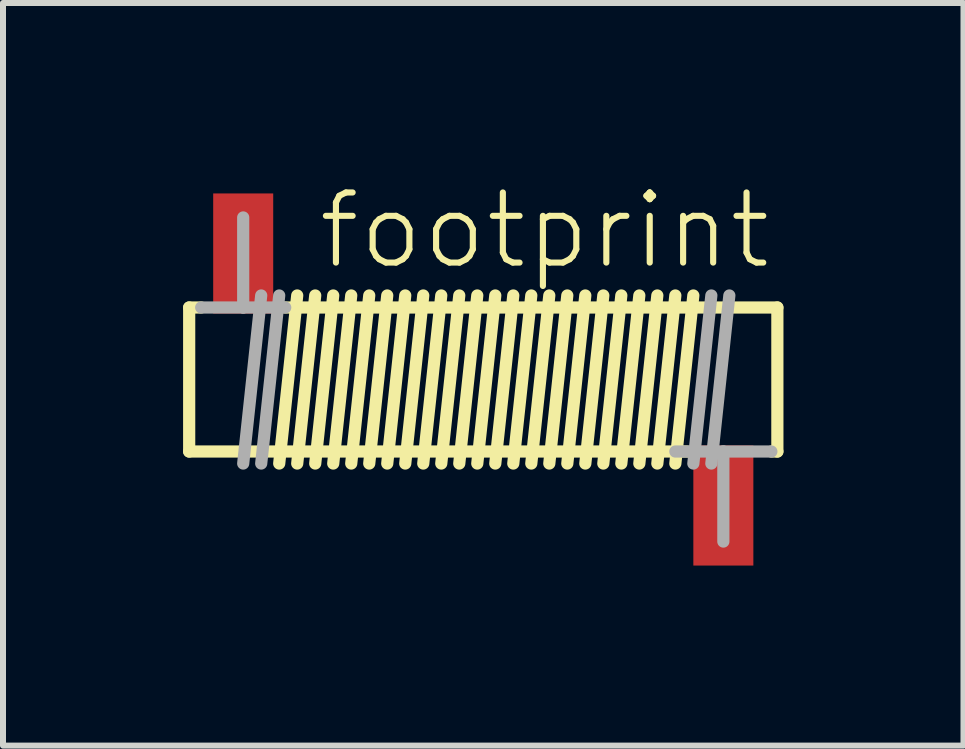
<source format=kicad_pcb>
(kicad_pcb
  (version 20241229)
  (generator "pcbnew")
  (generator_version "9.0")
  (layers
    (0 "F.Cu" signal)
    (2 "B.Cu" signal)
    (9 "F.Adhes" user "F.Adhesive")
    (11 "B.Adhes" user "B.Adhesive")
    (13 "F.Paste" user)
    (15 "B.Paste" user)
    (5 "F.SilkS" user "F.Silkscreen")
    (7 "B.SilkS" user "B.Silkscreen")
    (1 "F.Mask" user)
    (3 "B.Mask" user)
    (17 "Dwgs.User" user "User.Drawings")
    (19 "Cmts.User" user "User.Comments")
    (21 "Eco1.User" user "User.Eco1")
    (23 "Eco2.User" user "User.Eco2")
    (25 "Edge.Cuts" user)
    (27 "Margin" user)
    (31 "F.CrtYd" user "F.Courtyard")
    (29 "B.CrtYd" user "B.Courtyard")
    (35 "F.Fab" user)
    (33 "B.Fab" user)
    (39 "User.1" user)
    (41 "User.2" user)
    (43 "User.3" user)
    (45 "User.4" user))
  (footprint "footprint"
    (layer "F.Cu")
    (at 5.002 3.273)
    (property "Reference" "footprint" (at -2.8 -1.8 0) (layer "F.SilkS") (effects (font (size 1.168 1.168) (thickness 0.102)) (justify left bottom)))
    (fp_line (start -4.9 -1.2) (end -4.9 1.2) (stroke (width 0.203) (type solid)) (layer "F.SilkS"))
    (fp_line (start -4.9 1.2) (end 3.4 1.2) (stroke (width 0.203) (type solid)) (layer "F.SilkS"))
    (fp_line (start -4.7 -1.2) (end -4.9 -1.2) (stroke (width 0.203) (type solid)) (layer "F.SilkS"))
    (fp_line (start -3.1 -1.4) (end -3.4 1.4) (stroke (width 0.203) (type solid)) (layer "F.SilkS"))
    (fp_line (start -2.8 -1.4) (end -3.1 1.4) (stroke (width 0.203) (type solid)) (layer "F.SilkS"))
    (fp_line (start -2.5 -1.4) (end -2.8 1.4) (stroke (width 0.203) (type solid)) (layer "F.SilkS"))
    (fp_line (start -2.2 -1.4) (end -2.5 1.4) (stroke (width 0.203) (type solid)) (layer "F.SilkS"))
    (fp_line (start -1.9 -1.4) (end -2.2 1.4) (stroke (width 0.203) (type solid)) (layer "F.SilkS"))
    (fp_line (start -1.6 -1.4) (end -1.9 1.4) (stroke (width 0.203) (type solid)) (layer "F.SilkS"))
    (fp_line (start -1.3 -1.4) (end -1.6 1.4) (stroke (width 0.203) (type solid)) (layer "F.SilkS"))
    (fp_line (start -1 -1.4) (end -1.3 1.4) (stroke (width 0.203) (type solid)) (layer "F.SilkS"))
    (fp_line (start -0.7 -1.4) (end -1 1.4) (stroke (width 0.203) (type solid)) (layer "F.SilkS"))
    (fp_line (start -0.4 -1.4) (end -0.7 1.4) (stroke (width 0.203) (type solid)) (layer "F.SilkS"))
    (fp_line (start -0.1 -1.4) (end -0.4 1.4) (stroke (width 0.203) (type solid)) (layer "F.SilkS"))
    (fp_line (start 0.2 -1.4) (end -0.1 1.4) (stroke (width 0.203) (type solid)) (layer "F.SilkS"))
    (fp_line (start 0.5 -1.4) (end 0.2 1.4) (stroke (width 0.203) (type solid)) (layer "F.SilkS"))
    (fp_line (start 0.8 -1.4) (end 0.5 1.4) (stroke (width 0.203) (type solid)) (layer "F.SilkS"))
    (fp_line (start 1.1 -1.4) (end 0.8 1.4) (stroke (width 0.203) (type solid)) (layer "F.SilkS"))
    (fp_line (start 1.4 -1.4) (end 1.1 1.4) (stroke (width 0.203) (type solid)) (layer "F.SilkS"))
    (fp_line (start 1.7 -1.4) (end 1.4 1.4) (stroke (width 0.203) (type solid)) (layer "F.SilkS"))
    (fp_line (start 2 -1.4) (end 1.7 1.4) (stroke (width 0.203) (type solid)) (layer "F.SilkS"))
    (fp_line (start 2.3 -1.4) (end 2 1.4) (stroke (width 0.203) (type solid)) (layer "F.SilkS"))
    (fp_line (start 2.6 -1.4) (end 2.3 1.4) (stroke (width 0.203) (type solid)) (layer "F.SilkS"))
    (fp_line (start 2.9 -1.4) (end 2.6 1.4) (stroke (width 0.203) (type solid)) (layer "F.SilkS"))
    (fp_line (start 3.2 -1.4) (end 2.9 1.4) (stroke (width 0.203) (type solid)) (layer "F.SilkS"))
    (fp_line (start 3.5 -1.4) (end 3.2 1.4) (stroke (width 0.203) (type solid)) (layer "F.SilkS"))
    (fp_line (start 4.8 1.2) (end 4.9 1.2) (stroke (width 0.203) (type solid)) (layer "F.SilkS"))
    (fp_line (start 4.9 -1.2) (end -3.3 -1.2) (stroke (width 0.203) (type solid)) (layer "F.SilkS"))
    (fp_line (start 4.9 1.2) (end 4.9 -1.2) (stroke (width 0.203) (type solid)) (layer "F.SilkS"))
    (fp_line (start -4 -2.7) (end -4 -1.2) (stroke (width 0.203) (type solid)) (layer "F.Fab"))
    (fp_line (start -4 -1.2) (end -4.7 -1.2) (stroke (width 0.203) (type solid)) (layer "F.Fab"))
    (fp_line (start -3.7 -1.4) (end -4 1.4) (stroke (width 0.203) (type solid)) (layer "F.Fab"))
    (fp_line (start -3.4 -1.4) (end -3.7 1.4) (stroke (width 0.203) (type solid)) (layer "F.Fab"))
    (fp_line (start -3.3 -1.2) (end -4 -1.2) (stroke (width 0.203) (type solid)) (layer "F.Fab"))
    (fp_line (start 3.2 1.2) (end 4 1.2) (stroke (width 0.203) (type solid)) (layer "F.Fab"))
    (fp_line (start 3.8 -1.4) (end 3.5 1.4) (stroke (width 0.203) (type solid)) (layer "F.Fab"))
    (fp_line (start 4 1.2) (end 4.8 1.2) (stroke (width 0.203) (type solid)) (layer "F.Fab"))
    (fp_line (start 4 2.7) (end 4 1.2) (stroke (width 0.203) (type solid)) (layer "F.Fab"))
    (fp_line (start 4.1 -1.4) (end 3.8 1.4) (stroke (width 0.203) (type solid)) (layer "F.Fab"))
    (pad "1" smd rect (at -4 -2.1) (size 1 2) (layers "F.Cu" "F.Mask" "F.Paste"))
    (pad "2" smd rect (at 4 2.1) (size 1 2) (layers "F.Cu" "F.Mask" "F.Paste")))
  (gr_rect
    (start -3 -3)
    (end 13.003 9.373)
    (stroke (width 0.1) (type default))
    (fill no)
    (layer "Edge.Cuts")))
</source>
